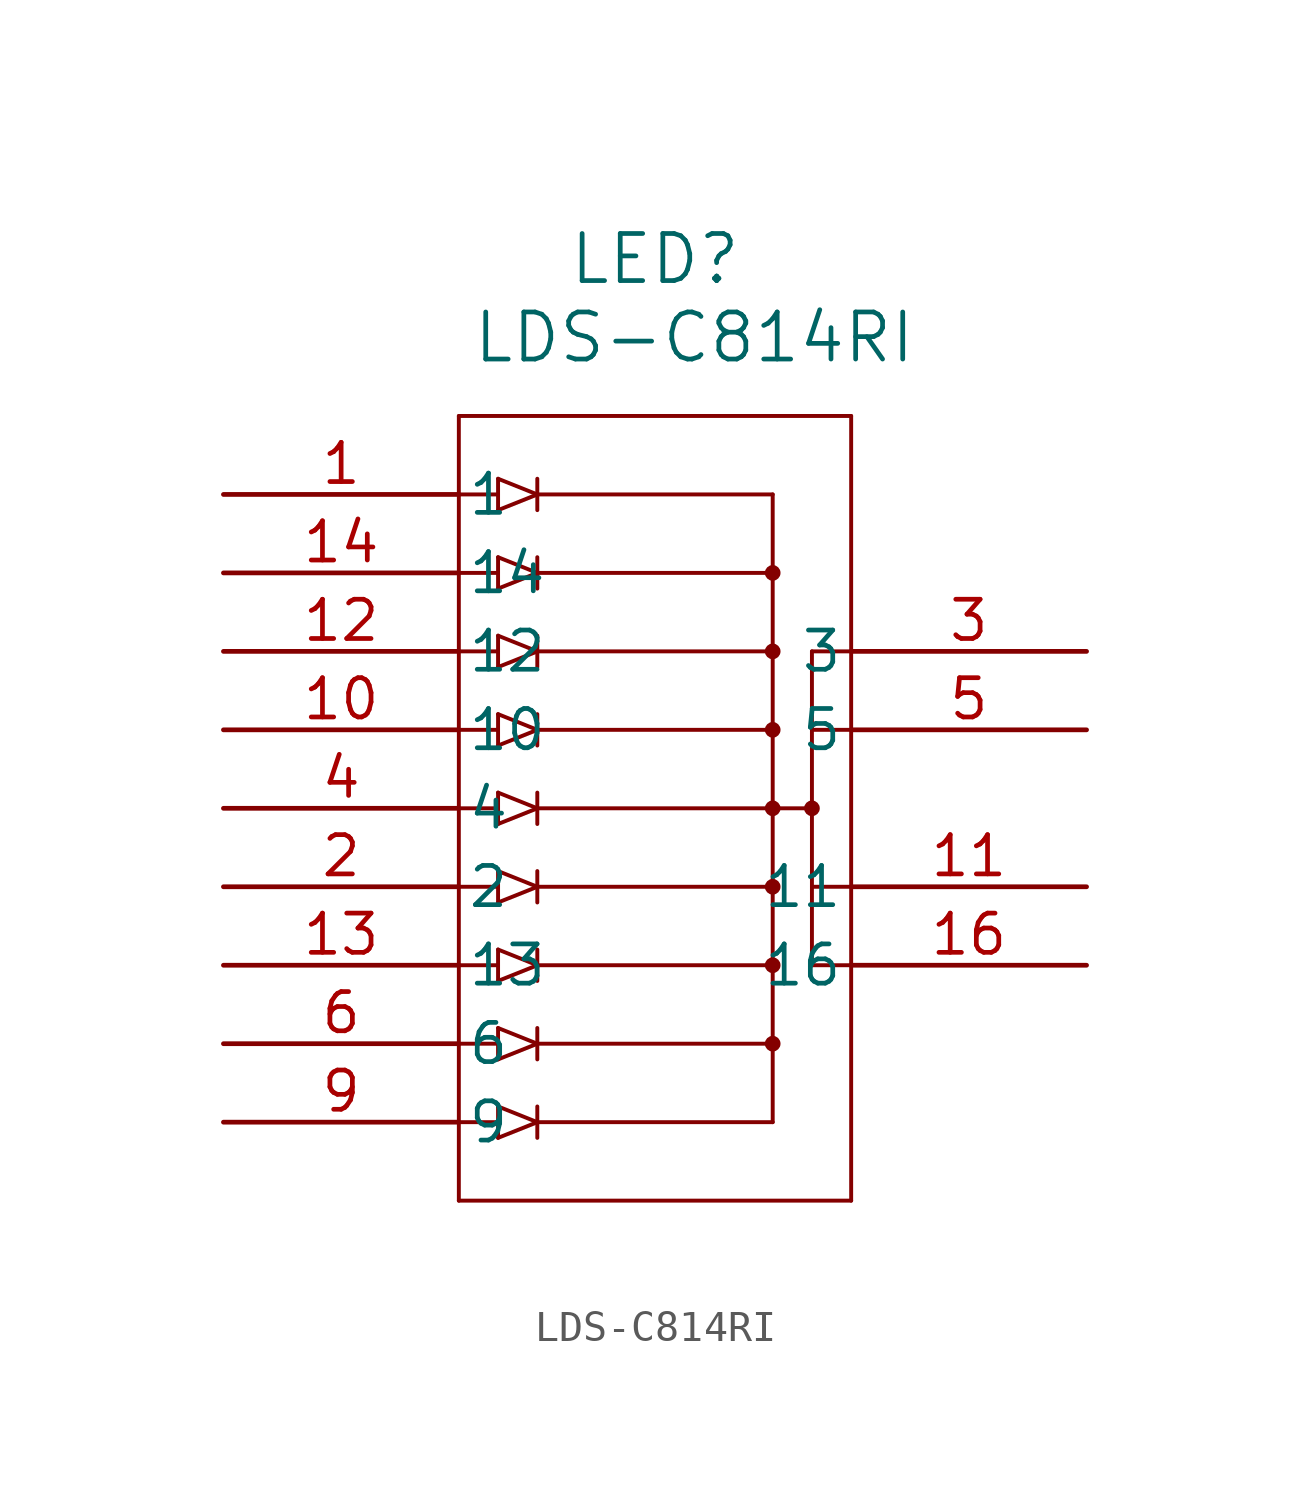
<source format=kicad_sym>
(kicad_symbol_lib
  (version 20211014)
  (generator kicad_symbol_editor)
  (symbol "LDS-C814RI"
    (pin_names
      (offset 0.254))
    (property "Reference" "LED"
      (at 13.97 7.62 0)
      (effects (font (size 1.524 1.524))))
    (property "Value" "LDS-C814RI"
      (at 15.24 5.08 0)
      (effects (font (size 1.524 1.524))))
    (polyline
      (pts (xy 7.62 2.54) (xy 7.62 -22.86))
      (stroke (width 0.127) (type default) (color 0 0 0 0))
      (fill (type none)))
    (polyline
      (pts (xy 7.62 -22.86) (xy 20.32 -22.86))
      (stroke (width 0.127) (type default) (color 0 0 0 0))
      (fill (type none)))
    (polyline
      (pts (xy 20.32 -22.86) (xy 20.32 2.54))
      (stroke (width 0.127) (type default) (color 0 0 0 0))
      (fill (type none)))
    (polyline
      (pts (xy 20.32 2.54) (xy 7.62 2.54))
      (stroke (width 0.127) (type default) (color 0 0 0 0))
      (fill (type none)))
    (polyline
      (pts (xy 17.78 0) (xy 10.16 0))
      (stroke (width 0.127) (type default) (color 0 0 0 0))
      (fill (type none)))
    (polyline
      (pts (xy 17.78 -2.54) (xy 10.16 -2.54))
      (stroke (width 0.127) (type default) (color 0 0 0 0))
      (fill (type none)))
    (polyline
      (pts (xy 17.78 -5.08) (xy 10.16 -5.08))
      (stroke (width 0.127) (type default) (color 0 0 0 0))
      (fill (type none)))
    (polyline
      (pts (xy 17.78 -7.62) (xy 10.16 -7.62))
      (stroke (width 0.127) (type default) (color 0 0 0 0))
      (fill (type none)))
    (polyline
      (pts (xy 19.05 -10.16) (xy 10.16 -10.16))
      (stroke (width 0.127) (type default) (color 0 0 0 0))
      (fill (type none)))
    (polyline
      (pts (xy 17.78 -12.7) (xy 10.16 -12.7))
      (stroke (width 0.127) (type default) (color 0 0 0 0))
      (fill (type none)))
    (polyline
      (pts (xy 17.78 -15.24) (xy 10.16 -15.24))
      (stroke (width 0.127) (type default) (color 0 0 0 0))
      (fill (type none)))
    (polyline
      (pts (xy 10.16 -17.78) (xy 17.78 -17.78))
      (stroke (width 0.127) (type default) (color 0 0 0 0))
      (fill (type none)))
    (polyline
      (pts (xy 20.32 -7.62) (xy 19.05 -7.62))
      (stroke (width 0.127) (type default) (color 0 0 0 0))
      (fill (type none)))
    (polyline
      (pts (xy 19.05 -12.7) (xy 20.32 -12.7))
      (stroke (width 0.127) (type default) (color 0 0 0 0))
      (fill (type none)))
    (polyline
      (pts (xy 19.05 -5.08) (xy 19.05 -15.24))
      (stroke (width 0.127) (type default) (color 0 0 0 0))
      (fill (type none)))
    (circle
      (center 19.05 -10.16)
      (radius 0.127)
      (stroke (width 0.254) (type default) (color 0 0 0 0))
      (fill (type none)))
    (polyline
      (pts (xy 17.78 0) (xy 17.78 -20.32))
      (stroke (width 0.127) (type default) (color 0 0 0 0))
      (fill (type none)))
    (polyline
      (pts (xy 7.62 0) (xy 8.89 0))
      (stroke (width 0.127) (type default) (color 0 0 0 0))
      (fill (type none)))
    (polyline
      (pts (xy 8.89 -2.54) (xy 7.62 -2.54))
      (stroke (width 0.127) (type default) (color 0 0 0 0))
      (fill (type none)))
    (polyline
      (pts (xy 7.62 -5.08) (xy 8.89 -5.08))
      (stroke (width 0.127) (type default) (color 0 0 0 0))
      (fill (type none)))
    (polyline
      (pts (xy 7.62 -7.62) (xy 8.89 -7.62))
      (stroke (width 0.127) (type default) (color 0 0 0 0))
      (fill (type none)))
    (polyline
      (pts (xy 7.62 -10.16) (xy 8.89 -10.16))
      (stroke (width 0.127) (type default) (color 0 0 0 0))
      (fill (type none)))
    (polyline
      (pts (xy 7.62 -12.7) (xy 8.89 -12.7))
      (stroke (width 0.127) (type default) (color 0 0 0 0))
      (fill (type none)))
    (polyline
      (pts (xy 7.62 -15.24) (xy 8.89 -15.24))
      (stroke (width 0.127) (type default) (color 0 0 0 0))
      (fill (type none)))
    (polyline
      (pts (xy 10.16 0) (xy 8.89 -0.508))
      (stroke (width 0.127) (type default) (color 0 0 0 0))
      (fill (type none)))
    (polyline
      (pts (xy 8.89 -0.508) (xy 8.89 0.508))
      (stroke (width 0.127) (type default) (color 0 0 0 0))
      (fill (type none)))
    (polyline
      (pts (xy 10.16 0) (xy 8.89 0.508))
      (stroke (width 0.127) (type default) (color 0 0 0 0))
      (fill (type none)))
    (polyline
      (pts (xy 10.16 0.508) (xy 10.16 -0.508))
      (stroke (width 0.127) (type default) (color 0 0 0 0))
      (fill (type none)))
    (polyline
      (pts (xy 10.16 -2.54) (xy 8.89 -3.048))
      (stroke (width 0.127) (type default) (color 0 0 0 0))
      (fill (type none)))
    (polyline
      (pts (xy 8.89 -3.048) (xy 8.89 -2.032))
      (stroke (width 0.127) (type default) (color 0 0 0 0))
      (fill (type none)))
    (polyline
      (pts (xy 10.16 -2.54) (xy 8.89 -2.032))
      (stroke (width 0.127) (type default) (color 0 0 0 0))
      (fill (type none)))
    (polyline
      (pts (xy 10.16 -2.032) (xy 10.16 -3.048))
      (stroke (width 0.127) (type default) (color 0 0 0 0))
      (fill (type none)))
    (circle
      (center 17.78 -2.54)
      (radius 0.127)
      (stroke (width 0.254) (type default) (color 0 0 0 0))
      (fill (type none)))
    (polyline
      (pts (xy 10.16 -5.08) (xy 8.89 -5.588))
      (stroke (width 0.127) (type default) (color 0 0 0 0))
      (fill (type none)))
    (polyline
      (pts (xy 8.89 -5.588) (xy 8.89 -4.572))
      (stroke (width 0.127) (type default) (color 0 0 0 0))
      (fill (type none)))
    (polyline
      (pts (xy 10.16 -5.08) (xy 8.89 -4.572))
      (stroke (width 0.127) (type default) (color 0 0 0 0))
      (fill (type none)))
    (polyline
      (pts (xy 10.16 -4.572) (xy 10.16 -5.588))
      (stroke (width 0.127) (type default) (color 0 0 0 0))
      (fill (type none)))
    (circle
      (center 17.78 -5.08)
      (radius 0.127)
      (stroke (width 0.254) (type default) (color 0 0 0 0))
      (fill (type none)))
    (polyline
      (pts (xy 10.16 -7.62) (xy 8.89 -8.128))
      (stroke (width 0.127) (type default) (color 0 0 0 0))
      (fill (type none)))
    (polyline
      (pts (xy 8.89 -8.128) (xy 8.89 -7.112))
      (stroke (width 0.127) (type default) (color 0 0 0 0))
      (fill (type none)))
    (polyline
      (pts (xy 10.16 -7.62) (xy 8.89 -7.112))
      (stroke (width 0.127) (type default) (color 0 0 0 0))
      (fill (type none)))
    (polyline
      (pts (xy 10.16 -7.112) (xy 10.16 -8.128))
      (stroke (width 0.127) (type default) (color 0 0 0 0))
      (fill (type none)))
    (circle
      (center 17.78 -7.62)
      (radius 0.127)
      (stroke (width 0.254) (type default) (color 0 0 0 0))
      (fill (type none)))
    (polyline
      (pts (xy 10.16 -10.16) (xy 8.89 -10.668))
      (stroke (width 0.127) (type default) (color 0 0 0 0))
      (fill (type none)))
    (polyline
      (pts (xy 8.89 -10.668) (xy 8.89 -9.652))
      (stroke (width 0.127) (type default) (color 0 0 0 0))
      (fill (type none)))
    (polyline
      (pts (xy 10.16 -10.16) (xy 8.89 -9.652))
      (stroke (width 0.127) (type default) (color 0 0 0 0))
      (fill (type none)))
    (polyline
      (pts (xy 10.16 -9.652) (xy 10.16 -10.668))
      (stroke (width 0.127) (type default) (color 0 0 0 0))
      (fill (type none)))
    (circle
      (center 17.78 -10.16)
      (radius 0.127)
      (stroke (width 0.254) (type default) (color 0 0 0 0))
      (fill (type none)))
    (polyline
      (pts (xy 10.16 -12.7) (xy 8.89 -13.208))
      (stroke (width 0.127) (type default) (color 0 0 0 0))
      (fill (type none)))
    (polyline
      (pts (xy 8.89 -13.208) (xy 8.89 -12.192))
      (stroke (width 0.127) (type default) (color 0 0 0 0))
      (fill (type none)))
    (polyline
      (pts (xy 10.16 -12.7) (xy 8.89 -12.192))
      (stroke (width 0.127) (type default) (color 0 0 0 0))
      (fill (type none)))
    (polyline
      (pts (xy 10.16 -12.192) (xy 10.16 -13.208))
      (stroke (width 0.127) (type default) (color 0 0 0 0))
      (fill (type none)))
    (circle
      (center 17.78 -12.7)
      (radius 0.127)
      (stroke (width 0.254) (type default) (color 0 0 0 0))
      (fill (type none)))
    (polyline
      (pts (xy 7.62 -17.78) (xy 8.89 -17.78))
      (stroke (width 0.127) (type default) (color 0 0 0 0))
      (fill (type none)))
    (polyline
      (pts (xy 10.16 -15.24) (xy 8.89 -15.748))
      (stroke (width 0.127) (type default) (color 0 0 0 0))
      (fill (type none)))
    (polyline
      (pts (xy 8.89 -15.748) (xy 8.89 -14.732))
      (stroke (width 0.127) (type default) (color 0 0 0 0))
      (fill (type none)))
    (polyline
      (pts (xy 10.16 -15.24) (xy 8.89 -14.732))
      (stroke (width 0.127) (type default) (color 0 0 0 0))
      (fill (type none)))
    (polyline
      (pts (xy 10.16 -14.732) (xy 10.16 -15.748))
      (stroke (width 0.127) (type default) (color 0 0 0 0))
      (fill (type none)))
    (circle
      (center 17.78 -15.24)
      (radius 0.127)
      (stroke (width 0.254) (type default) (color 0 0 0 0))
      (fill (type none)))
    (polyline
      (pts (xy 10.16 -17.78) (xy 8.89 -18.288))
      (stroke (width 0.127) (type default) (color 0 0 0 0))
      (fill (type none)))
    (polyline
      (pts (xy 8.89 -18.288) (xy 8.89 -17.272))
      (stroke (width 0.127) (type default) (color 0 0 0 0))
      (fill (type none)))
    (polyline
      (pts (xy 10.16 -17.78) (xy 8.89 -17.272))
      (stroke (width 0.127) (type default) (color 0 0 0 0))
      (fill (type none)))
    (polyline
      (pts (xy 10.16 -17.272) (xy 10.16 -18.288))
      (stroke (width 0.127) (type default) (color 0 0 0 0))
      (fill (type none)))
    (polyline
      (pts (xy 7.62 -20.32) (xy 8.89 -20.32))
      (stroke (width 0.127) (type default) (color 0 0 0 0))
      (fill (type none)))
    (polyline
      (pts (xy 10.16 -20.32) (xy 8.89 -20.828))
      (stroke (width 0.127) (type default) (color 0 0 0 0))
      (fill (type none)))
    (polyline
      (pts (xy 8.89 -20.828) (xy 8.89 -19.812))
      (stroke (width 0.127) (type default) (color 0 0 0 0))
      (fill (type none)))
    (polyline
      (pts (xy 10.16 -20.32) (xy 8.89 -19.812))
      (stroke (width 0.127) (type default) (color 0 0 0 0))
      (fill (type none)))
    (polyline
      (pts (xy 10.16 -19.812) (xy 10.16 -20.828))
      (stroke (width 0.127) (type default) (color 0 0 0 0))
      (fill (type none)))
    (circle
      (center 17.78 -17.78)
      (radius 0.127)
      (stroke (width 0.254) (type default) (color 0 0 0 0))
      (fill (type none)))
    (polyline
      (pts (xy 10.16 -20.32) (xy 17.78 -20.32))
      (stroke (width 0.127) (type default) (color 0 0 0 0))
      (fill (type none)))
    (polyline
      (pts (xy 19.05 -5.08) (xy 20.32 -5.08))
      (stroke (width 0.127) (type default) (color 0 0 0 0))
      (fill (type none)))
    (polyline
      (pts (xy 19.05 -15.24) (xy 20.32 -15.24))
      (stroke (width 0.127) (type default) (color 0 0 0 0))
      (fill (type none)))
    (pin unspecified line
      (at 0 0 0)
      (length 7.62)
      (name "1" (effects (font (size 1.27 1.27))))
      (number "1" (effects (font (size 1.27 1.27)))))
    (pin unspecified line
      (at 0 -12.7 0)
      (length 7.62)
      (name "2" (effects (font (size 1.27 1.27))))
      (number "2" (effects (font (size 1.27 1.27)))))
    (pin unspecified line
      (at 27.94 -5.08 180)
      (length 7.62)
      (name "3" (effects (font (size 1.27 1.27))))
      (number "3" (effects (font (size 1.27 1.27)))))
    (pin unspecified line
      (at 0 -10.16 0)
      (length 7.62)
      (name "4" (effects (font (size 1.27 1.27))))
      (number "4" (effects (font (size 1.27 1.27)))))
    (pin unspecified line
      (at 27.94 -7.62 180)
      (length 7.62)
      (name "5" (effects (font (size 1.27 1.27))))
      (number "5" (effects (font (size 1.27 1.27)))))
    (pin unspecified line
      (at 0 -17.78 0)
      (length 7.62)
      (name "6" (effects (font (size 1.27 1.27))))
      (number "6" (effects (font (size 1.27 1.27)))))
    (pin unspecified line
      (at 0 -20.32 0)
      (length 7.62)
      (name "9" (effects (font (size 1.27 1.27))))
      (number "9" (effects (font (size 1.27 1.27)))))
    (pin unspecified line
      (at 0 -7.62 0)
      (length 7.62)
      (name "10" (effects (font (size 1.27 1.27))))
      (number "10" (effects (font (size 1.27 1.27)))))
    (pin unspecified line
      (at 27.94 -12.7 180)
      (length 7.62)
      (name "11" (effects (font (size 1.27 1.27))))
      (number "11" (effects (font (size 1.27 1.27)))))
    (pin unspecified line
      (at 0 -5.08 0)
      (length 7.62)
      (name "12" (effects (font (size 1.27 1.27))))
      (number "12" (effects (font (size 1.27 1.27)))))
    (pin unspecified line
      (at 0 -15.24 0)
      (length 7.62)
      (name "13" (effects (font (size 1.27 1.27))))
      (number "13" (effects (font (size 1.27 1.27)))))
    (pin unspecified line
      (at 0 -2.54 0)
      (length 7.62)
      (name "14" (effects (font (size 1.27 1.27))))
      (number "14" (effects (font (size 1.27 1.27)))))
    (pin unspecified line
      (at 27.94 -15.24 180)
      (length 7.62)
      (name "16" (effects (font (size 1.27 1.27))))
      (number "16" (effects (font (size 1.27 1.27)))))))
</source>
